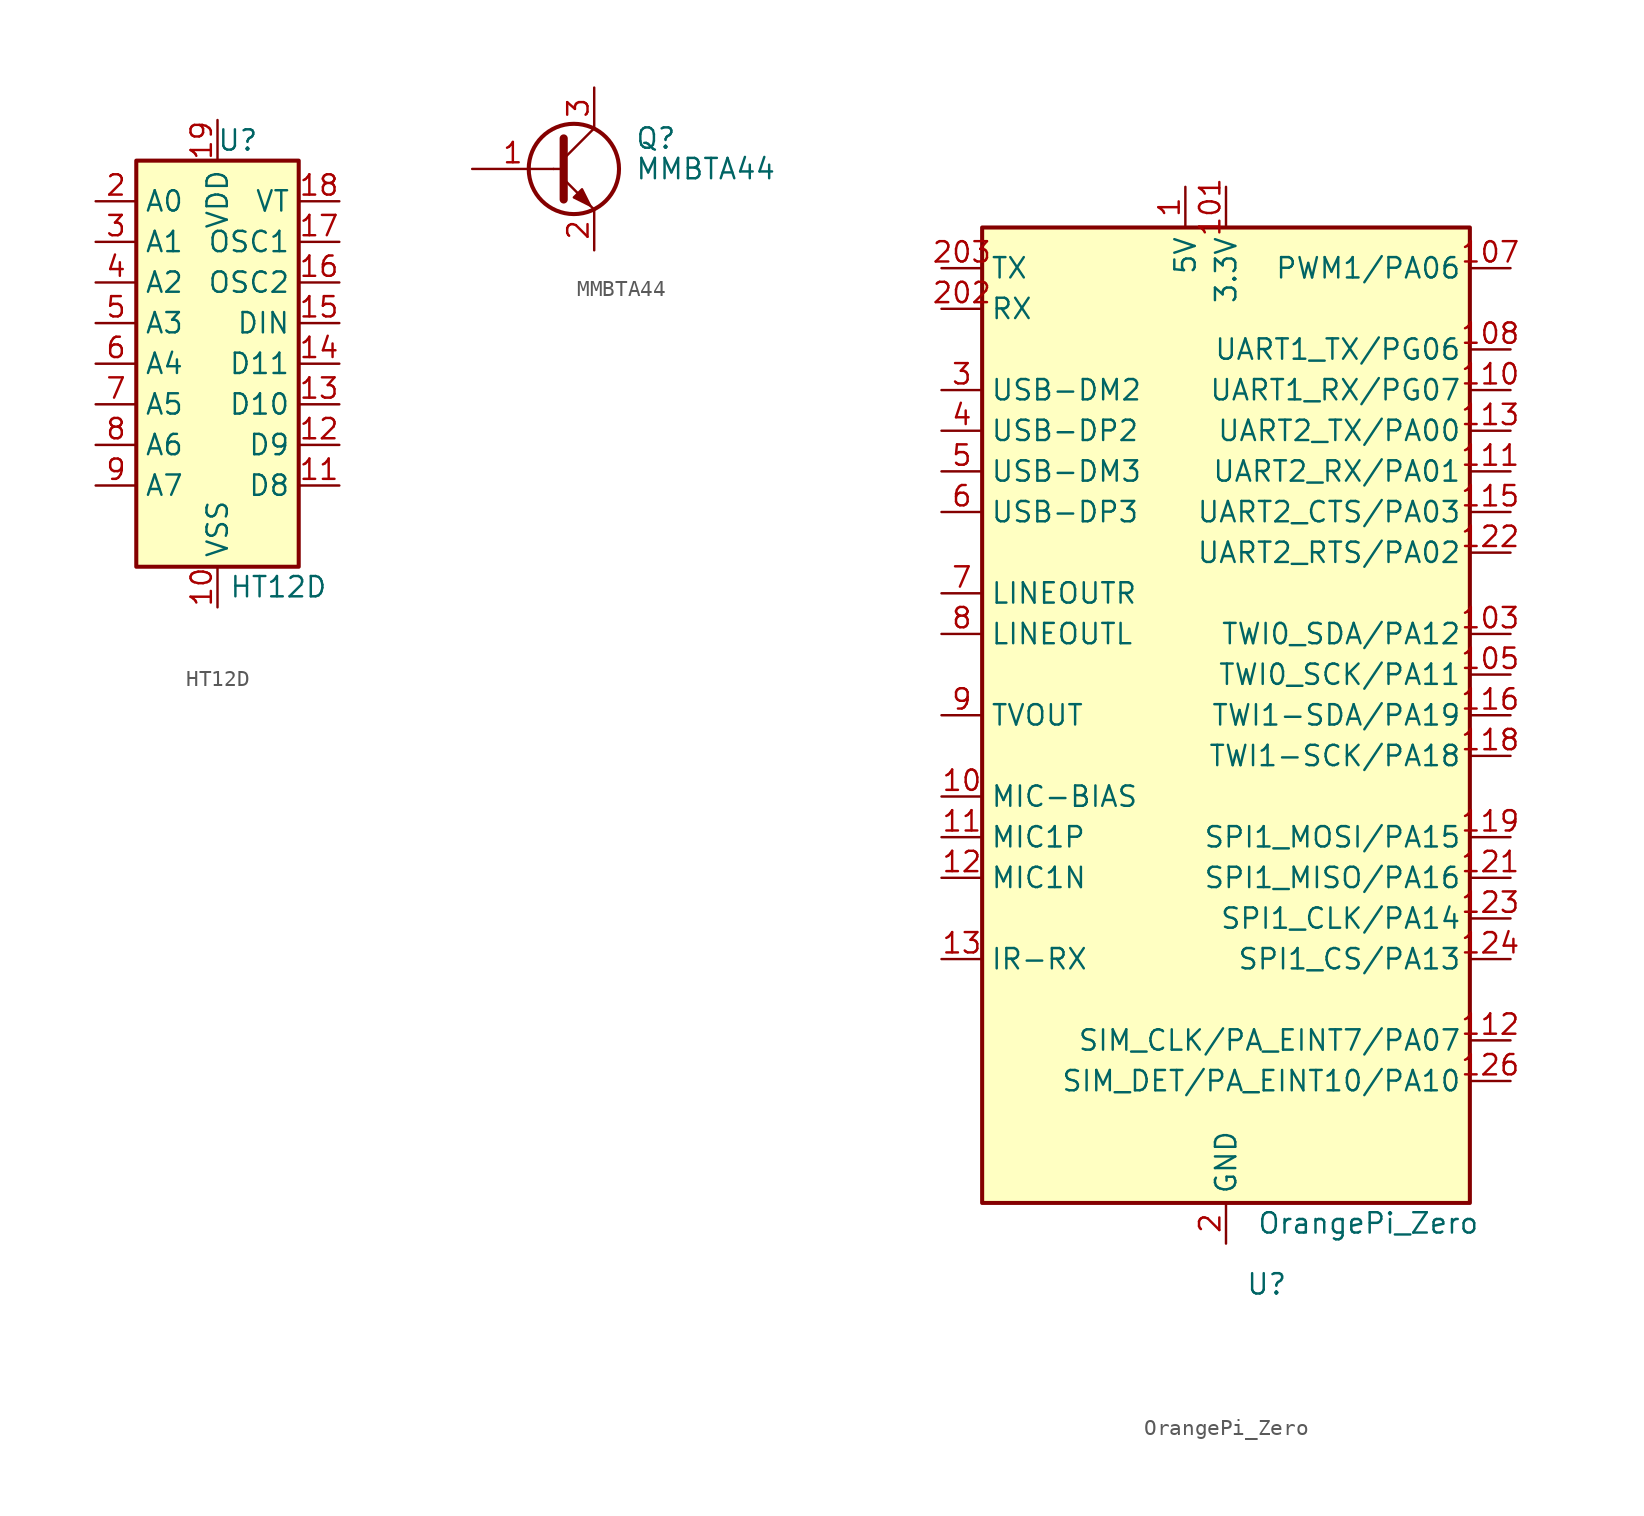
<source format=kicad_sym>
(kicad_symbol_lib
  (version 20201005)
  (generator kicad_symbol_editor)
  (symbol "Chameleon_Electronics:HT12D"
    (property "Reference" "U"
      (at 1.27 13.97 0)
      (effects (font (size 1.27 1.27))))
    (property "Value" "HT12D"
      (at 3.81 -13.97 0)
      (effects (font (size 1.27 1.27))))
    (symbol "HT12D_1_1"
      (rectangle (start -5.08 12.7) (end 5.08 -12.7) (stroke (width 0.254)) (fill (type background)))
      (pin no_connect line (at -5.08 -10.16 0) (length 2.54) hide (name "NC" (effects (font (size 1.27 1.27)))) (number "1" (effects (font (size 1.27 1.27)))))
      (pin power_in line (at 0 -15.24 90) (length 2.54) (name "VSS" (effects (font (size 1.27 1.27)))) (number "10" (effects (font (size 1.27 1.27)))))
      (pin input line (at 7.62 -7.62 180) (length 2.54) (name "D8" (effects (font (size 1.27 1.27)))) (number "11" (effects (font (size 1.27 1.27)))))
      (pin input line (at 7.62 -5.08 180) (length 2.54) (name "D9" (effects (font (size 1.27 1.27)))) (number "12" (effects (font (size 1.27 1.27)))))
      (pin input line (at 7.62 -2.54 180) (length 2.54) (name "D10" (effects (font (size 1.27 1.27)))) (number "13" (effects (font (size 1.27 1.27)))))
      (pin input line (at 7.62 0 180) (length 2.54) (name "D11" (effects (font (size 1.27 1.27)))) (number "14" (effects (font (size 1.27 1.27)))))
      (pin input line (at 7.62 2.54 180) (length 2.54) (name "DIN" (effects (font (size 1.27 1.27)))) (number "15" (effects (font (size 1.27 1.27)))))
      (pin output line (at 7.62 5.08 180) (length 2.54) (name "OSC2" (effects (font (size 1.27 1.27)))) (number "16" (effects (font (size 1.27 1.27)))))
      (pin input line (at 7.62 7.62 180) (length 2.54) (name "OSC1" (effects (font (size 1.27 1.27)))) (number "17" (effects (font (size 1.27 1.27)))))
      (pin output line (at 7.62 10.16 180) (length 2.54) (name "VT" (effects (font (size 1.27 1.27)))) (number "18" (effects (font (size 1.27 1.27)))))
      (pin power_in line (at 0 15.24 270) (length 2.54) (name "VDD" (effects (font (size 1.27 1.27)))) (number "19" (effects (font (size 1.27 1.27)))))
      (pin input line (at -7.62 10.16 0) (length 2.54) (name "A0" (effects (font (size 1.27 1.27)))) (number "2" (effects (font (size 1.27 1.27)))))
      (pin no_connect line (at 5.08 -10.16 180) (length 2.54) hide (name "NC" (effects (font (size 1.27 1.27)))) (number "20" (effects (font (size 1.27 1.27)))))
      (pin input line (at -7.62 7.62 0) (length 2.54) (name "A1" (effects (font (size 1.27 1.27)))) (number "3" (effects (font (size 1.27 1.27)))))
      (pin input line (at -7.62 5.08 0) (length 2.54) (name "A2" (effects (font (size 1.27 1.27)))) (number "4" (effects (font (size 1.27 1.27)))))
      (pin input line (at -7.62 2.54 0) (length 2.54) (name "A3" (effects (font (size 1.27 1.27)))) (number "5" (effects (font (size 1.27 1.27)))))
      (pin input line (at -7.62 0 0) (length 2.54) (name "A4" (effects (font (size 1.27 1.27)))) (number "6" (effects (font (size 1.27 1.27)))))
      (pin input line (at -7.62 -2.54 0) (length 2.54) (name "A5" (effects (font (size 1.27 1.27)))) (number "7" (effects (font (size 1.27 1.27)))))
      (pin input line (at -7.62 -5.08 0) (length 2.54) (name "A6" (effects (font (size 1.27 1.27)))) (number "8" (effects (font (size 1.27 1.27)))))
      (pin input line (at -7.62 -7.62 0) (length 2.54) (name "A7" (effects (font (size 1.27 1.27)))) (number "9" (effects (font (size 1.27 1.27)))))))
  (symbol "Chameleon_Electronics:MMBTA44"
    (pin_names
      (offset 0) hide)
    (property "Reference" "Q"
      (at 5.08 1.905 0)
      (effects (font (size 1.27 1.27)) (justify left)))
    (property "Value" "MMBTA44"
      (at 5.08 0 0)
      (effects (font (size 1.27 1.27)) (justify left)))
    (symbol "MMBTA44_0_1"
      (circle (center 1.27 0) (radius 2.819) (stroke (width 0.254)) (fill (type none)))
      (polyline (pts (xy 0 0) (xy 0.635 0)) (stroke (width 0)) (fill (type none)))
      (polyline (pts (xy 0.635 0.635) (xy 2.54 2.54)) (stroke (width 0)) (fill (type none)))
      (polyline (pts (xy 0.635 -0.635) (xy 2.54 -2.54) (xy 2.54 -2.54)) (stroke (width 0)) (fill (type none)))
      (polyline (pts (xy 0.635 1.905) (xy 0.635 -1.905) (xy 0.635 -1.905)) (stroke (width 0.508)) (fill (type none)))
      (polyline (pts (xy 1.27 -1.778) (xy 1.778 -1.27) (xy 2.286 -2.286) (xy 1.27 -1.778) (xy 1.27 -1.778)) (stroke (width 0)) (fill (type outline))))
    (symbol "MMBTA44_1_1"
      (pin input line (at -5.08 0 0) (length 5.08) (name "B" (effects (font (size 1.27 1.27)))) (number "1" (effects (font (size 1.27 1.27)))))
      (pin passive line (at 2.54 -5.08 90) (length 2.54) (name "E" (effects (font (size 1.27 1.27)))) (number "2" (effects (font (size 1.27 1.27)))))
      (pin passive line (at 2.54 5.08 270) (length 2.54) (name "C" (effects (font (size 1.27 1.27)))) (number "3" (effects (font (size 1.27 1.27)))))))
  (symbol "Chameleon_Electronics:OrangePi_Zero"
    (property "Reference" "U"
      (at 2.54 -35.56 0)
      (effects (font (size 1.27 1.27))))
    (property "Value" "OrangePi_Zero"
      (at 8.89 -31.75 0)
      (effects (font (size 1.27 1.27))))
    (symbol "OrangePi_Zero_0_1"
      (rectangle (start -15.24 30.48) (end 15.24 -30.48) (stroke (width 0.254)) (fill (type background))))
    (symbol "OrangePi_Zero_1_1"
      (pin power_out line (at -2.54 33.02 270) (length 2.54) (name "5V" (effects (font (size 1.27 1.27)))) (number "1" (effects (font (size 1.27 1.27)))))
      (pin output line (at -17.78 -5.08 0) (length 2.54) (name "MIC-BIAS" (effects (font (size 1.27 1.27)))) (number "10" (effects (font (size 1.27 1.27)))))
      (pin power_out line (at 0 33.02 270) (length 2.54) (name "3.3V" (effects (font (size 1.27 1.27)))) (number "101" (effects (font (size 1.27 1.27)))))
      (pin passive line (at -2.54 33.02 270) (length 2.54) hide (name "5V" (effects (font (size 1.27 1.27)))) (number "102" (effects (font (size 1.27 1.27)))))
      (pin bidirectional line (at 17.78 5.08 180) (length 2.54) (name "TWI0_SDA/PA12" (effects (font (size 1.27 1.27)))) (number "103" (effects (font (size 1.27 1.27)))))
      (pin passive line (at -2.54 33.02 270) (length 2.54) hide (name "5V" (effects (font (size 1.27 1.27)))) (number "104" (effects (font (size 1.27 1.27)))))
      (pin bidirectional line (at 17.78 2.54 180) (length 2.54) (name "TWI0_SCK/PA11" (effects (font (size 1.27 1.27)))) (number "105" (effects (font (size 1.27 1.27)))))
      (pin passive line (at 0 -33.02 90) (length 2.54) hide (name "GND" (effects (font (size 1.27 1.27)))) (number "106" (effects (font (size 1.27 1.27)))))
      (pin bidirectional line (at 17.78 27.94 180) (length 2.54) (name "PWM1/PA06" (effects (font (size 1.27 1.27)))) (number "107" (effects (font (size 1.27 1.27)))))
      (pin bidirectional line (at 17.78 22.86 180) (length 2.54) (name "UART1_TX/PG06" (effects (font (size 1.27 1.27)))) (number "108" (effects (font (size 1.27 1.27)))))
      (pin passive line (at 0 -33.02 90) (length 2.54) hide (name "GND" (effects (font (size 1.27 1.27)))) (number "109" (effects (font (size 1.27 1.27)))))
      (pin input line (at -17.78 -7.62 0) (length 2.54) (name "MIC1P" (effects (font (size 1.27 1.27)))) (number "11" (effects (font (size 1.27 1.27)))))
      (pin bidirectional line (at 17.78 20.32 180) (length 2.54) (name "UART1_RX/PG07" (effects (font (size 1.27 1.27)))) (number "110" (effects (font (size 1.27 1.27)))))
      (pin bidirectional line (at 17.78 15.24 180) (length 2.54) (name "UART2_RX/PA01" (effects (font (size 1.27 1.27)))) (number "111" (effects (font (size 1.27 1.27)))))
      (pin bidirectional line (at 17.78 -20.32 180) (length 2.54) (name "SIM_CLK/PA_EINT7/PA07" (effects (font (size 1.27 1.27)))) (number "112" (effects (font (size 1.27 1.27)))))
      (pin bidirectional line (at 17.78 17.78 180) (length 2.54) (name "UART2_TX/PA00" (effects (font (size 1.27 1.27)))) (number "113" (effects (font (size 1.27 1.27)))))
      (pin passive line (at 0 -33.02 90) (length 2.54) hide (name "GND" (effects (font (size 1.27 1.27)))) (number "114" (effects (font (size 1.27 1.27)))))
      (pin bidirectional line (at 17.78 12.7 180) (length 2.54) (name "UART2_CTS/PA03" (effects (font (size 1.27 1.27)))) (number "115" (effects (font (size 1.27 1.27)))))
      (pin bidirectional line (at 17.78 0 180) (length 2.54) (name "TWI1-SDA/PA19" (effects (font (size 1.27 1.27)))) (number "116" (effects (font (size 1.27 1.27)))))
      (pin passive line (at 0 33.02 270) (length 2.54) hide (name "3.3V" (effects (font (size 1.27 1.27)))) (number "117" (effects (font (size 1.27 1.27)))))
      (pin bidirectional line (at 17.78 -2.54 180) (length 2.54) (name "TWI1-SCK/PA18" (effects (font (size 1.27 1.27)))) (number "118" (effects (font (size 1.27 1.27)))))
      (pin bidirectional line (at 17.78 -7.62 180) (length 2.54) (name "SPI1_MOSI/PA15" (effects (font (size 1.27 1.27)))) (number "119" (effects (font (size 1.27 1.27)))))
      (pin input line (at -17.78 -10.16 0) (length 2.54) (name "MIC1N" (effects (font (size 1.27 1.27)))) (number "12" (effects (font (size 1.27 1.27)))))
      (pin passive line (at 0 -33.02 90) (length 2.54) hide (name "GND" (effects (font (size 1.27 1.27)))) (number "120" (effects (font (size 1.27 1.27)))))
      (pin bidirectional line (at 17.78 -10.16 180) (length 2.54) (name "SPI1_MISO/PA16" (effects (font (size 1.27 1.27)))) (number "121" (effects (font (size 1.27 1.27)))))
      (pin bidirectional line (at 17.78 10.16 180) (length 2.54) (name "UART2_RTS/PA02" (effects (font (size 1.27 1.27)))) (number "122" (effects (font (size 1.27 1.27)))))
      (pin bidirectional line (at 17.78 -12.7 180) (length 2.54) (name "SPI1_CLK/PA14" (effects (font (size 1.27 1.27)))) (number "123" (effects (font (size 1.27 1.27)))))
      (pin bidirectional line (at 17.78 -15.24 180) (length 2.54) (name "SPI1_CS/PA13" (effects (font (size 1.27 1.27)))) (number "124" (effects (font (size 1.27 1.27)))))
      (pin passive line (at 0 -33.02 90) (length 2.54) hide (name "GND" (effects (font (size 1.27 1.27)))) (number "125" (effects (font (size 1.27 1.27)))))
      (pin bidirectional line (at 17.78 -22.86 180) (length 2.54) (name "SIM_DET/PA_EINT10/PA10" (effects (font (size 1.27 1.27)))) (number "126" (effects (font (size 1.27 1.27)))))
      (pin input line (at -17.78 -15.24 0) (length 2.54) (name "IR-RX" (effects (font (size 1.27 1.27)))) (number "13" (effects (font (size 1.27 1.27)))))
      (pin power_in line (at 0 -33.02 90) (length 2.54) (name "GND" (effects (font (size 1.27 1.27)))) (number "2" (effects (font (size 1.27 1.27)))))
      (pin passive line (at 0 -33.02 90) (length 2.54) hide (name "GND" (effects (font (size 1.27 1.27)))) (number "201" (effects (font (size 1.27 1.27)))))
      (pin input line (at -17.78 25.4 0) (length 2.54) (name "RX" (effects (font (size 1.27 1.27)))) (number "202" (effects (font (size 1.27 1.27)))))
      (pin output line (at -17.78 27.94 0) (length 2.54) (name "TX" (effects (font (size 1.27 1.27)))) (number "203" (effects (font (size 1.27 1.27)))))
      (pin bidirectional line (at -17.78 20.32 0) (length 2.54) (name "USB-DM2" (effects (font (size 1.27 1.27)))) (number "3" (effects (font (size 1.27 1.27)))))
      (pin bidirectional line (at -17.78 17.78 0) (length 2.54) (name "USB-DP2" (effects (font (size 1.27 1.27)))) (number "4" (effects (font (size 1.27 1.27)))))
      (pin bidirectional line (at -17.78 15.24 0) (length 2.54) (name "USB-DM3" (effects (font (size 1.27 1.27)))) (number "5" (effects (font (size 1.27 1.27)))))
      (pin bidirectional line (at -17.78 12.7 0) (length 2.54) (name "USB-DP3" (effects (font (size 1.27 1.27)))) (number "6" (effects (font (size 1.27 1.27)))))
      (pin output line (at -17.78 7.62 0) (length 2.54) (name "LINEOUTR" (effects (font (size 1.27 1.27)))) (number "7" (effects (font (size 1.27 1.27)))))
      (pin output line (at -17.78 5.08 0) (length 2.54) (name "LINEOUTL" (effects (font (size 1.27 1.27)))) (number "8" (effects (font (size 1.27 1.27)))))
      (pin output line (at -17.78 0 0) (length 2.54) (name "TVOUT" (effects (font (size 1.27 1.27)))) (number "9" (effects (font (size 1.27 1.27))))))))
</source>
